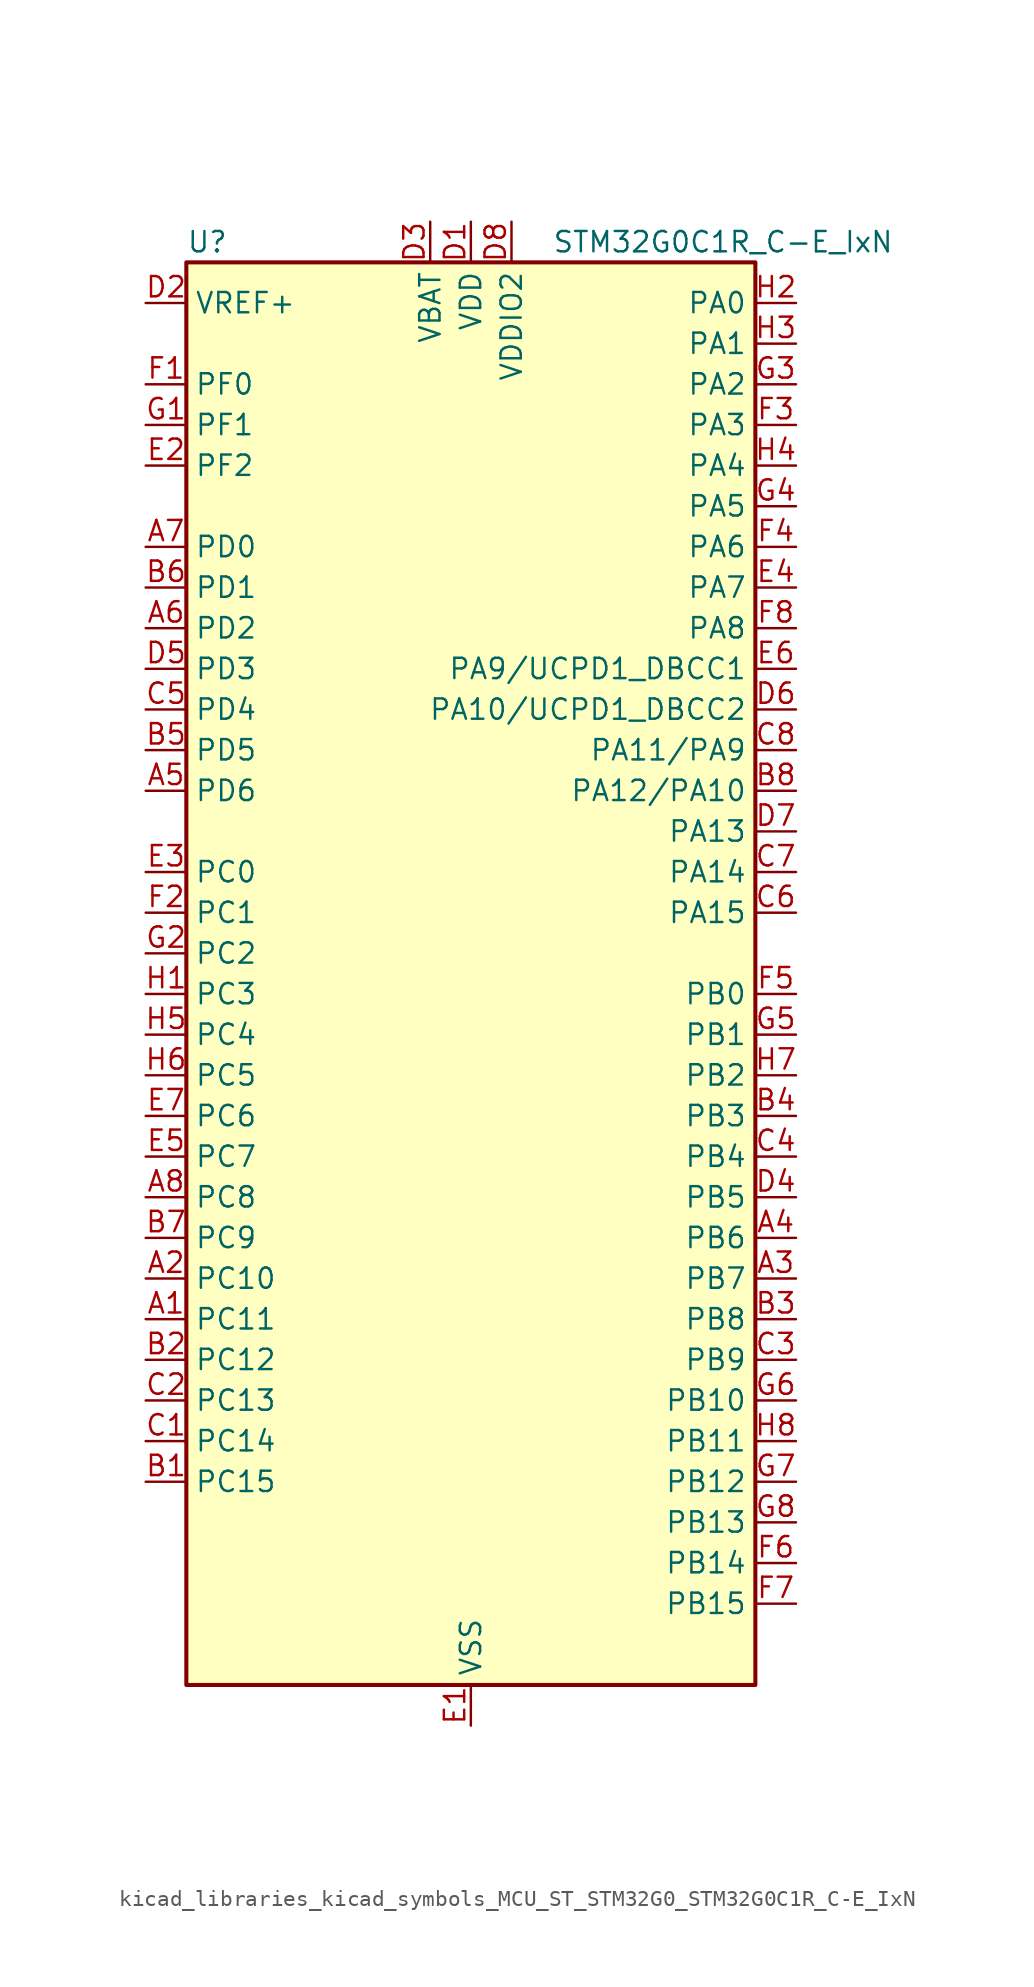
<source format=kicad_sym>
(kicad_symbol_lib
  (version 20220914)
  (generator kicad_symbol_editor)
  (symbol "kicad_libraries_kicad_symbols_MCU_ST_STM32G0_STM32G0C1R_C-E_IxN"
    (property "Reference" "U"
      (at -17.78 46.99 0)
      (effects (font (size 1.27 1.27)) (justify left)))
    (property "Value" "STM32G0C1R_C-E_IxN"
      (at 5.08 46.99 0)
      (effects (font (size 1.27 1.27)) (justify left)))
    (property "ki_locked" ""
      (at 0 0 0)
      (effects (font (size 1.27 1.27))))
    (symbol "kicad_libraries_kicad_symbols_MCU_ST_STM32G0_STM32G0C1R_C-E_IxN_0_1"
      (rectangle (start -17.78 -43.18) (end 17.78 45.72) (stroke (width 0.254) (type default)) (fill (type background))))
    (symbol "kicad_libraries_kicad_symbols_MCU_ST_STM32G0_STM32G0C1R_C-E_IxN_1_1"
      (pin bidirectional line (at -20.32 -20.32 0) (length 2.54) (name "PC11" (effects (font (size 1.27 1.27)))) (number "A1" (effects (font (size 1.27 1.27)))) (alternate "ADC1_EXTI11" bidirectional line) (alternate "SPI3_MISO" bidirectional line) (alternate "TIM1_CH4" bidirectional line) (alternate "USART3_RX" bidirectional line) (alternate "USART4_RX" bidirectional line))
      (pin bidirectional line (at -20.32 -17.78 0) (length 2.54) (name "PC10" (effects (font (size 1.27 1.27)))) (number "A2" (effects (font (size 1.27 1.27)))) (alternate "SPI3_SCK" bidirectional line) (alternate "TIM1_CH3" bidirectional line) (alternate "USART3_TX" bidirectional line) (alternate "USART4_TX" bidirectional line))
      (pin bidirectional line (at 20.32 -17.78 180) (length 2.54) (name "PB7" (effects (font (size 1.27 1.27)))) (number "A3" (effects (font (size 1.27 1.27)))) (alternate "COMP2_INM" bidirectional line) (alternate "I2C1_SDA" bidirectional line) (alternate "I2S2_SD" bidirectional line) (alternate "LPTIM1_IN2" bidirectional line) (alternate "LPUART2_RX" bidirectional line) (alternate "SPI2_MOSI" bidirectional line) (alternate "SYS_PVD_IN" bidirectional line) (alternate "TIM17_CH1N" bidirectional line) (alternate "TIM4_CH2" bidirectional line) (alternate "USART1_RX" bidirectional line) (alternate "USART4_CTS" bidirectional line) (alternate "USART4_NSS" bidirectional line))
      (pin bidirectional line (at 20.32 -15.24 180) (length 2.54) (name "PB6" (effects (font (size 1.27 1.27)))) (number "A4" (effects (font (size 1.27 1.27)))) (alternate "COMP2_INP" bidirectional line) (alternate "FDCAN2_TX" bidirectional line) (alternate "I2C1_SCL" bidirectional line) (alternate "I2S2_MCK" bidirectional line) (alternate "LPTIM1_ETR" bidirectional line) (alternate "LPUART2_TX" bidirectional line) (alternate "SPI2_MISO" bidirectional line) (alternate "TIM16_CH1N" bidirectional line) (alternate "TIM1_CH3" bidirectional line) (alternate "TIM4_CH1" bidirectional line) (alternate "USART1_TX" bidirectional line) (alternate "USART5_CTS" bidirectional line) (alternate "USART5_NSS" bidirectional line))
      (pin bidirectional line (at -20.32 12.7 0) (length 2.54) (name "PD6" (effects (font (size 1.27 1.27)))) (number "A5" (effects (font (size 1.27 1.27)))) (alternate "I2S1_SD" bidirectional line) (alternate "LPTIM2_OUT" bidirectional line) (alternate "SPI1_MOSI" bidirectional line) (alternate "USART2_RX" bidirectional line))
      (pin bidirectional line (at -20.32 22.86 0) (length 2.54) (name "PD2" (effects (font (size 1.27 1.27)))) (number "A6" (effects (font (size 1.27 1.27)))) (alternate "TIM1_CH1N" bidirectional line) (alternate "TIM3_ETR" bidirectional line) (alternate "UCPD2_CC2" bidirectional line) (alternate "USART3_CK" bidirectional line) (alternate "USART3_DE" bidirectional line) (alternate "USART3_RTS" bidirectional line) (alternate "USART5_RX" bidirectional line))
      (pin bidirectional line (at -20.32 27.94 0) (length 2.54) (name "PD0" (effects (font (size 1.27 1.27)))) (number "A7" (effects (font (size 1.27 1.27)))) (alternate "FDCAN1_RX" bidirectional line) (alternate "I2S2_WS" bidirectional line) (alternate "SPI2_NSS" bidirectional line) (alternate "TIM16_CH1" bidirectional line) (alternate "UCPD2_CC1" bidirectional line))
      (pin bidirectional line (at -20.32 -12.7 0) (length 2.54) (name "PC8" (effects (font (size 1.27 1.27)))) (number "A8" (effects (font (size 1.27 1.27)))) (alternate "LPUART2_CTS" bidirectional line) (alternate "TIM1_CH1" bidirectional line) (alternate "TIM3_CH3" bidirectional line) (alternate "UCPD2_FRSTX1" bidirectional line) (alternate "UCPD2_FRSTX2" bidirectional line))
      (pin bidirectional line (at -20.32 -30.48 0) (length 2.54) (name "PC15" (effects (font (size 1.27 1.27)))) (number "B1" (effects (font (size 1.27 1.27)))) (alternate "RCC_OSC32_EN" bidirectional line) (alternate "RCC_OSC32_OUT" bidirectional line) (alternate "RCC_OSC_EN" bidirectional line) (alternate "TIM15_BK" bidirectional line))
      (pin bidirectional line (at -20.32 -22.86 0) (length 2.54) (name "PC12" (effects (font (size 1.27 1.27)))) (number "B2" (effects (font (size 1.27 1.27)))) (alternate "LPTIM1_IN1" bidirectional line) (alternate "SPI3_MOSI" bidirectional line) (alternate "TIM14_CH1" bidirectional line) (alternate "UCPD1_FRSTX1" bidirectional line) (alternate "UCPD1_FRSTX2" bidirectional line) (alternate "USART5_TX" bidirectional line))
      (pin bidirectional line (at 20.32 -20.32 180) (length 2.54) (name "PB8" (effects (font (size 1.27 1.27)))) (number "B3" (effects (font (size 1.27 1.27)))) (alternate "CEC" bidirectional line) (alternate "FDCAN1_RX" bidirectional line) (alternate "I2C1_SCL" bidirectional line) (alternate "I2S2_CK" bidirectional line) (alternate "SPI2_SCK" bidirectional line) (alternate "TIM15_BK" bidirectional line) (alternate "TIM16_CH1" bidirectional line) (alternate "TIM4_CH3" bidirectional line) (alternate "USART3_TX" bidirectional line) (alternate "USART6_TX" bidirectional line))
      (pin bidirectional line (at 20.32 -7.62 180) (length 2.54) (name "PB3" (effects (font (size 1.27 1.27)))) (number "B4" (effects (font (size 1.27 1.27)))) (alternate "COMP2_INM" bidirectional line) (alternate "I2C2_SCL" bidirectional line) (alternate "I2C3_SCL" bidirectional line) (alternate "I2S1_CK" bidirectional line) (alternate "SPI1_SCK" bidirectional line) (alternate "SPI3_SCK" bidirectional line) (alternate "TIM1_CH2" bidirectional line) (alternate "TIM2_CH2" bidirectional line) (alternate "USART1_CK" bidirectional line) (alternate "USART1_DE" bidirectional line) (alternate "USART1_RTS" bidirectional line) (alternate "USART5_TX" bidirectional line))
      (pin bidirectional line (at -20.32 15.24 0) (length 2.54) (name "PD5" (effects (font (size 1.27 1.27)))) (number "B5" (effects (font (size 1.27 1.27)))) (alternate "I2S1_MCK" bidirectional line) (alternate "SPI1_MISO" bidirectional line) (alternate "TIM1_BK" bidirectional line) (alternate "USART2_TX" bidirectional line) (alternate "USART5_CTS" bidirectional line) (alternate "USART5_NSS" bidirectional line))
      (pin bidirectional line (at -20.32 25.4 0) (length 2.54) (name "PD1" (effects (font (size 1.27 1.27)))) (number "B6" (effects (font (size 1.27 1.27)))) (alternate "FDCAN1_TX" bidirectional line) (alternate "I2S2_CK" bidirectional line) (alternate "SPI2_SCK" bidirectional line) (alternate "TIM17_CH1" bidirectional line) (alternate "UCPD2_DBCC1" bidirectional line))
      (pin bidirectional line (at -20.32 -15.24 0) (length 2.54) (name "PC9" (effects (font (size 1.27 1.27)))) (number "B7" (effects (font (size 1.27 1.27)))) (alternate "DAC1_EXTI9" bidirectional line) (alternate "I2S_CKIN" bidirectional line) (alternate "LPUART2_DE" bidirectional line) (alternate "LPUART2_RTS" bidirectional line) (alternate "TIM1_CH2" bidirectional line) (alternate "TIM3_CH4" bidirectional line) (alternate "USB_NOE" bidirectional line))
      (pin bidirectional line (at 20.32 12.7 180) (length 2.54) (name "PA12/PA10" (effects (font (size 1.27 1.27)))) (number "B8" (effects (font (size 1.27 1.27)))) (alternate "COMP2_OUT" bidirectional line) (alternate "FDCAN1_TX" bidirectional line) (alternate "I2C2_SDA" bidirectional line) (alternate "I2S1_SD" bidirectional line) (alternate "I2S_CKIN" bidirectional line) (alternate "SPI1_MOSI" bidirectional line) (alternate "TIM1_ETR" bidirectional line) (alternate "USART1_CK" bidirectional line) (alternate "USART1_DE" bidirectional line) (alternate "USART1_RTS" bidirectional line) (alternate "USB_DP" bidirectional line))
      (pin bidirectional line (at -20.32 -27.94 0) (length 2.54) (name "PC14" (effects (font (size 1.27 1.27)))) (number "C1" (effects (font (size 1.27 1.27)))) (alternate "RCC_OSC32_IN" bidirectional line) (alternate "TIM1_BK2" bidirectional line))
      (pin bidirectional line (at -20.32 -25.4 0) (length 2.54) (name "PC13" (effects (font (size 1.27 1.27)))) (number "C2" (effects (font (size 1.27 1.27)))) (alternate "RTC_OUT1" bidirectional line) (alternate "RTC_TAMP_IN1" bidirectional line) (alternate "RTC_TS" bidirectional line) (alternate "SYS_WKUP2" bidirectional line) (alternate "TIM1_BK" bidirectional line))
      (pin bidirectional line (at 20.32 -22.86 180) (length 2.54) (name "PB9" (effects (font (size 1.27 1.27)))) (number "C3" (effects (font (size 1.27 1.27)))) (alternate "DAC1_EXTI9" bidirectional line) (alternate "FDCAN1_TX" bidirectional line) (alternate "I2C1_SDA" bidirectional line) (alternate "I2S2_WS" bidirectional line) (alternate "IR_OUT" bidirectional line) (alternate "SPI2_NSS" bidirectional line) (alternate "TIM17_CH1" bidirectional line) (alternate "TIM4_CH4" bidirectional line) (alternate "UCPD2_FRSTX1" bidirectional line) (alternate "UCPD2_FRSTX2" bidirectional line) (alternate "USART3_RX" bidirectional line) (alternate "USART6_RX" bidirectional line))
      (pin bidirectional line (at 20.32 -10.16 180) (length 2.54) (name "PB4" (effects (font (size 1.27 1.27)))) (number "C4" (effects (font (size 1.27 1.27)))) (alternate "COMP2_INP" bidirectional line) (alternate "I2C2_SDA" bidirectional line) (alternate "I2C3_SDA" bidirectional line) (alternate "I2S1_MCK" bidirectional line) (alternate "SPI1_MISO" bidirectional line) (alternate "SPI3_MISO" bidirectional line) (alternate "TIM17_BK" bidirectional line) (alternate "TIM3_CH1" bidirectional line) (alternate "USART1_CTS" bidirectional line) (alternate "USART1_NSS" bidirectional line) (alternate "USART5_RX" bidirectional line))
      (pin bidirectional line (at -20.32 17.78 0) (length 2.54) (name "PD4" (effects (font (size 1.27 1.27)))) (number "C5" (effects (font (size 1.27 1.27)))) (alternate "I2S2_SD" bidirectional line) (alternate "SPI2_MOSI" bidirectional line) (alternate "TIM1_CH3N" bidirectional line) (alternate "USART2_CK" bidirectional line) (alternate "USART2_DE" bidirectional line) (alternate "USART2_RTS" bidirectional line) (alternate "USART5_CK" bidirectional line) (alternate "USART5_DE" bidirectional line) (alternate "USART5_RTS" bidirectional line))
      (pin bidirectional line (at 20.32 5.08 180) (length 2.54) (name "PA15" (effects (font (size 1.27 1.27)))) (number "C6" (effects (font (size 1.27 1.27)))) (alternate "I2C2_SMBA" bidirectional line) (alternate "I2S1_WS" bidirectional line) (alternate "RCC_MCO_2" bidirectional line) (alternate "SPI1_NSS" bidirectional line) (alternate "SPI3_NSS" bidirectional line) (alternate "TIM2_CH1" bidirectional line) (alternate "TIM2_ETR" bidirectional line) (alternate "USART2_RX" bidirectional line) (alternate "USART3_CK" bidirectional line) (alternate "USART3_DE" bidirectional line) (alternate "USART3_RTS" bidirectional line) (alternate "USART4_CK" bidirectional line) (alternate "USART4_DE" bidirectional line) (alternate "USART4_RTS" bidirectional line) (alternate "USB_NOE" bidirectional line))
      (pin bidirectional line (at 20.32 7.62 180) (length 2.54) (name "PA14" (effects (font (size 1.27 1.27)))) (number "C7" (effects (font (size 1.27 1.27)))) (alternate "LPUART2_TX" bidirectional line) (alternate "SYS_SWCLK" bidirectional line) (alternate "USART2_TX" bidirectional line))
      (pin bidirectional line (at 20.32 15.24 180) (length 2.54) (name "PA11/PA9" (effects (font (size 1.27 1.27)))) (number "C8" (effects (font (size 1.27 1.27)))) (alternate "ADC1_EXTI11" bidirectional line) (alternate "COMP1_OUT" bidirectional line) (alternate "FDCAN1_RX" bidirectional line) (alternate "I2C2_SCL" bidirectional line) (alternate "I2S1_MCK" bidirectional line) (alternate "SPI1_MISO" bidirectional line) (alternate "TIM1_BK2" bidirectional line) (alternate "TIM1_CH4" bidirectional line) (alternate "USART1_CTS" bidirectional line) (alternate "USART1_NSS" bidirectional line) (alternate "USB_DM" bidirectional line))
      (pin power_in line (at 0 48.26 270) (length 2.54) (name "VDD" (effects (font (size 1.27 1.27)))) (number "D1" (effects (font (size 1.27 1.27)))))
      (pin input line (at -20.32 43.18 0) (length 2.54) (name "VREF+" (effects (font (size 1.27 1.27)))) (number "D2" (effects (font (size 1.27 1.27)))) (alternate "VREFBUF_OUT" bidirectional line))
      (pin power_in line (at -2.54 48.26 270) (length 2.54) (name "VBAT" (effects (font (size 1.27 1.27)))) (number "D3" (effects (font (size 1.27 1.27)))))
      (pin bidirectional line (at 20.32 -12.7 180) (length 2.54) (name "PB5" (effects (font (size 1.27 1.27)))) (number "D4" (effects (font (size 1.27 1.27)))) (alternate "COMP2_OUT" bidirectional line) (alternate "FDCAN2_RX" bidirectional line) (alternate "I2C1_SMBA" bidirectional line) (alternate "I2S1_SD" bidirectional line) (alternate "LPTIM1_IN1" bidirectional line) (alternate "SPI1_MOSI" bidirectional line) (alternate "SPI3_MOSI" bidirectional line) (alternate "SYS_WKUP6" bidirectional line) (alternate "TIM16_BK" bidirectional line) (alternate "TIM3_CH2" bidirectional line) (alternate "USART5_CK" bidirectional line) (alternate "USART5_DE" bidirectional line) (alternate "USART5_RTS" bidirectional line))
      (pin bidirectional line (at -20.32 20.32 0) (length 2.54) (name "PD3" (effects (font (size 1.27 1.27)))) (number "D5" (effects (font (size 1.27 1.27)))) (alternate "I2S2_MCK" bidirectional line) (alternate "SPI2_MISO" bidirectional line) (alternate "TIM1_CH2N" bidirectional line) (alternate "UCPD2_DBCC2" bidirectional line) (alternate "USART2_CTS" bidirectional line) (alternate "USART2_NSS" bidirectional line) (alternate "USART5_TX" bidirectional line))
      (pin bidirectional line (at 20.32 17.78 180) (length 2.54) (name "PA10/UCPD1_DBCC2" (effects (font (size 1.27 1.27)))) (number "D6" (effects (font (size 1.27 1.27)))) (alternate "I2C1_SDA" bidirectional line) (alternate "I2C2_SDA" bidirectional line) (alternate "I2S2_SD" bidirectional line) (alternate "RCC_MCO_2" bidirectional line) (alternate "SPI2_MOSI" bidirectional line) (alternate "TIM17_BK" bidirectional line) (alternate "TIM1_CH3" bidirectional line) (alternate "UCPD1_DBCC2" bidirectional line) (alternate "USART1_RX" bidirectional line))
      (pin bidirectional line (at 20.32 10.16 180) (length 2.54) (name "PA13" (effects (font (size 1.27 1.27)))) (number "D7" (effects (font (size 1.27 1.27)))) (alternate "IR_OUT" bidirectional line) (alternate "LPUART2_RX" bidirectional line) (alternate "SYS_SWDIO" bidirectional line) (alternate "USB_NOE" bidirectional line))
      (pin power_in line (at 2.54 48.26 270) (length 2.54) (name "VDDIO2" (effects (font (size 1.27 1.27)))) (number "D8" (effects (font (size 1.27 1.27)))))
      (pin power_in line (at 0 -45.72 90) (length 2.54) (name "VSS" (effects (font (size 1.27 1.27)))) (number "E1" (effects (font (size 1.27 1.27)))))
      (pin bidirectional line (at -20.32 33.02 0) (length 2.54) (name "PF2" (effects (font (size 1.27 1.27)))) (number "E2" (effects (font (size 1.27 1.27)))) (alternate "LPUART2_DE" bidirectional line) (alternate "LPUART2_RTS" bidirectional line) (alternate "LPUART2_TX" bidirectional line) (alternate "RCC_MCO" bidirectional line))
      (pin bidirectional line (at -20.32 7.62 0) (length 2.54) (name "PC0" (effects (font (size 1.27 1.27)))) (number "E3" (effects (font (size 1.27 1.27)))) (alternate "COMP3_INM" bidirectional line) (alternate "COMP3_OUT" bidirectional line) (alternate "I2C3_SCL" bidirectional line) (alternate "LPTIM1_IN1" bidirectional line) (alternate "LPTIM2_IN1" bidirectional line) (alternate "LPUART1_RX" bidirectional line) (alternate "LPUART2_TX" bidirectional line) (alternate "USART6_TX" bidirectional line))
      (pin bidirectional line (at 20.32 25.4 180) (length 2.54) (name "PA7" (effects (font (size 1.27 1.27)))) (number "E4" (effects (font (size 1.27 1.27)))) (alternate "ADC1_IN7" bidirectional line) (alternate "COMP2_OUT" bidirectional line) (alternate "I2C2_SCL" bidirectional line) (alternate "I2C3_SCL" bidirectional line) (alternate "I2S1_SD" bidirectional line) (alternate "SPI1_MOSI" bidirectional line) (alternate "TIM14_CH1" bidirectional line) (alternate "TIM17_CH1" bidirectional line) (alternate "TIM1_CH1N" bidirectional line) (alternate "TIM3_CH2" bidirectional line) (alternate "UCPD1_FRSTX1" bidirectional line) (alternate "UCPD1_FRSTX2" bidirectional line) (alternate "USART6_CK" bidirectional line) (alternate "USART6_DE" bidirectional line) (alternate "USART6_RTS" bidirectional line))
      (pin bidirectional line (at -20.32 -10.16 0) (length 2.54) (name "PC7" (effects (font (size 1.27 1.27)))) (number "E5" (effects (font (size 1.27 1.27)))) (alternate "LPUART2_RX" bidirectional line) (alternate "TIM2_CH4" bidirectional line) (alternate "TIM3_CH2" bidirectional line) (alternate "UCPD2_FRSTX1" bidirectional line) (alternate "UCPD2_FRSTX2" bidirectional line))
      (pin bidirectional line (at 20.32 20.32 180) (length 2.54) (name "PA9/UCPD1_DBCC1" (effects (font (size 1.27 1.27)))) (number "E6" (effects (font (size 1.27 1.27)))) (alternate "DAC1_EXTI9" bidirectional line) (alternate "I2C1_SCL" bidirectional line) (alternate "I2C2_SCL" bidirectional line) (alternate "I2S2_MCK" bidirectional line) (alternate "RCC_MCO" bidirectional line) (alternate "SPI2_MISO" bidirectional line) (alternate "TIM15_BK" bidirectional line) (alternate "TIM1_CH2" bidirectional line) (alternate "UCPD1_DBCC1" bidirectional line) (alternate "USART1_TX" bidirectional line))
      (pin bidirectional line (at -20.32 -7.62 0) (length 2.54) (name "PC6" (effects (font (size 1.27 1.27)))) (number "E7" (effects (font (size 1.27 1.27)))) (alternate "LPUART2_TX" bidirectional line) (alternate "TIM2_CH3" bidirectional line) (alternate "TIM3_CH1" bidirectional line) (alternate "UCPD1_FRSTX1" bidirectional line) (alternate "UCPD1_FRSTX2" bidirectional line))
      (pin passive line (at 0 -45.72 90) (length 2.54) hide (name "VSS" (effects (font (size 1.27 1.27)))) (number "E8" (effects (font (size 1.27 1.27)))))
      (pin bidirectional line (at -20.32 38.1 0) (length 2.54) (name "PF0" (effects (font (size 1.27 1.27)))) (number "F1" (effects (font (size 1.27 1.27)))) (alternate "CRS1_SYNC" bidirectional line) (alternate "RCC_OSC_IN" bidirectional line) (alternate "TIM14_CH1" bidirectional line))
      (pin bidirectional line (at -20.32 5.08 0) (length 2.54) (name "PC1" (effects (font (size 1.27 1.27)))) (number "F2" (effects (font (size 1.27 1.27)))) (alternate "COMP3_INP" bidirectional line) (alternate "I2C3_SDA" bidirectional line) (alternate "LPTIM1_OUT" bidirectional line) (alternate "LPUART1_TX" bidirectional line) (alternate "LPUART2_RX" bidirectional line) (alternate "TIM15_CH1" bidirectional line) (alternate "USART6_RX" bidirectional line))
      (pin bidirectional line (at 20.32 35.56 180) (length 2.54) (name "PA3" (effects (font (size 1.27 1.27)))) (number "F3" (effects (font (size 1.27 1.27)))) (alternate "ADC1_IN3" bidirectional line) (alternate "COMP2_INP" bidirectional line) (alternate "I2S2_MCK" bidirectional line) (alternate "LPUART1_RX" bidirectional line) (alternate "SPI2_MISO" bidirectional line) (alternate "TIM15_CH2" bidirectional line) (alternate "TIM2_CH4" bidirectional line) (alternate "UCPD2_FRSTX1" bidirectional line) (alternate "UCPD2_FRSTX2" bidirectional line) (alternate "USART2_RX" bidirectional line))
      (pin bidirectional line (at 20.32 27.94 180) (length 2.54) (name "PA6" (effects (font (size 1.27 1.27)))) (number "F4" (effects (font (size 1.27 1.27)))) (alternate "ADC1_IN6" bidirectional line) (alternate "COMP1_OUT" bidirectional line) (alternate "I2C2_SDA" bidirectional line) (alternate "I2C3_SDA" bidirectional line) (alternate "I2S1_MCK" bidirectional line) (alternate "LPUART1_CTS" bidirectional line) (alternate "SPI1_MISO" bidirectional line) (alternate "TIM16_CH1" bidirectional line) (alternate "TIM1_BK" bidirectional line) (alternate "TIM3_CH1" bidirectional line) (alternate "USART3_CTS" bidirectional line) (alternate "USART3_NSS" bidirectional line) (alternate "USART6_CTS" bidirectional line) (alternate "USART6_NSS" bidirectional line))
      (pin bidirectional line (at 20.32 0 180) (length 2.54) (name "PB0" (effects (font (size 1.27 1.27)))) (number "F5" (effects (font (size 1.27 1.27)))) (alternate "ADC1_IN8" bidirectional line) (alternate "COMP1_OUT" bidirectional line) (alternate "COMP3_INP" bidirectional line) (alternate "FDCAN2_RX" bidirectional line) (alternate "I2S1_WS" bidirectional line) (alternate "LPTIM1_OUT" bidirectional line) (alternate "LPUART2_CTS" bidirectional line) (alternate "SPI1_NSS" bidirectional line) (alternate "TIM1_CH2N" bidirectional line) (alternate "TIM3_CH3" bidirectional line) (alternate "UCPD1_FRSTX1" bidirectional line) (alternate "UCPD1_FRSTX2" bidirectional line) (alternate "USART3_RX" bidirectional line) (alternate "USART5_TX" bidirectional line))
      (pin bidirectional line (at 20.32 -35.56 180) (length 2.54) (name "PB14" (effects (font (size 1.27 1.27)))) (number "F6" (effects (font (size 1.27 1.27)))) (alternate "I2C2_SDA" bidirectional line) (alternate "I2S2_MCK" bidirectional line) (alternate "SPI2_MISO" bidirectional line) (alternate "TIM15_CH1" bidirectional line) (alternate "TIM1_CH2N" bidirectional line) (alternate "UCPD1_FRSTX1" bidirectional line) (alternate "UCPD1_FRSTX2" bidirectional line) (alternate "USART3_CK" bidirectional line) (alternate "USART3_DE" bidirectional line) (alternate "USART3_RTS" bidirectional line) (alternate "USART6_CK" bidirectional line) (alternate "USART6_DE" bidirectional line) (alternate "USART6_RTS" bidirectional line))
      (pin bidirectional line (at 20.32 -38.1 180) (length 2.54) (name "PB15" (effects (font (size 1.27 1.27)))) (number "F7" (effects (font (size 1.27 1.27)))) (alternate "I2S2_SD" bidirectional line) (alternate "RTC_REFIN" bidirectional line) (alternate "SPI2_MOSI" bidirectional line) (alternate "TIM15_CH1N" bidirectional line) (alternate "TIM15_CH2" bidirectional line) (alternate "TIM1_CH3N" bidirectional line) (alternate "UCPD1_CC2" bidirectional line) (alternate "USART6_CTS" bidirectional line) (alternate "USART6_NSS" bidirectional line))
      (pin bidirectional line (at 20.32 22.86 180) (length 2.54) (name "PA8" (effects (font (size 1.27 1.27)))) (number "F8" (effects (font (size 1.27 1.27)))) (alternate "CRS1_SYNC" bidirectional line) (alternate "I2C2_SMBA" bidirectional line) (alternate "I2S2_WS" bidirectional line) (alternate "LPTIM2_OUT" bidirectional line) (alternate "RCC_MCO" bidirectional line) (alternate "SPI2_NSS" bidirectional line) (alternate "TIM1_CH1" bidirectional line) (alternate "UCPD1_CC1" bidirectional line))
      (pin bidirectional line (at -20.32 35.56 0) (length 2.54) (name "PF1" (effects (font (size 1.27 1.27)))) (number "G1" (effects (font (size 1.27 1.27)))) (alternate "RCC_OSC_EN" bidirectional line) (alternate "RCC_OSC_OUT" bidirectional line) (alternate "TIM15_CH1N" bidirectional line))
      (pin bidirectional line (at -20.32 2.54 0) (length 2.54) (name "PC2" (effects (font (size 1.27 1.27)))) (number "G2" (effects (font (size 1.27 1.27)))) (alternate "COMP3_OUT" bidirectional line) (alternate "FDCAN2_RX" bidirectional line) (alternate "I2S2_MCK" bidirectional line) (alternate "LPTIM1_IN2" bidirectional line) (alternate "SPI2_MISO" bidirectional line) (alternate "TIM15_CH2" bidirectional line))
      (pin bidirectional line (at 20.32 38.1 180) (length 2.54) (name "PA2" (effects (font (size 1.27 1.27)))) (number "G3" (effects (font (size 1.27 1.27)))) (alternate "ADC1_IN2" bidirectional line) (alternate "COMP2_INM" bidirectional line) (alternate "COMP2_OUT" bidirectional line) (alternate "I2S1_SD" bidirectional line) (alternate "LPUART1_TX" bidirectional line) (alternate "RCC_LSCO" bidirectional line) (alternate "SPI1_MOSI" bidirectional line) (alternate "SYS_WKUP4" bidirectional line) (alternate "TIM15_CH1" bidirectional line) (alternate "TIM2_CH3" bidirectional line) (alternate "UCPD1_FRSTX1" bidirectional line) (alternate "UCPD1_FRSTX2" bidirectional line) (alternate "USART2_TX" bidirectional line))
      (pin bidirectional line (at 20.32 30.48 180) (length 2.54) (name "PA5" (effects (font (size 1.27 1.27)))) (number "G4" (effects (font (size 1.27 1.27)))) (alternate "ADC1_IN5" bidirectional line) (alternate "CEC" bidirectional line) (alternate "DAC1_OUT2" bidirectional line) (alternate "I2S1_CK" bidirectional line) (alternate "LPTIM2_ETR" bidirectional line) (alternate "SPI1_SCK" bidirectional line) (alternate "TIM2_CH1" bidirectional line) (alternate "TIM2_ETR" bidirectional line) (alternate "UCPD1_FRSTX1" bidirectional line) (alternate "UCPD1_FRSTX2" bidirectional line) (alternate "USART3_TX" bidirectional line) (alternate "USART6_RX" bidirectional line))
      (pin bidirectional line (at 20.32 -2.54 180) (length 2.54) (name "PB1" (effects (font (size 1.27 1.27)))) (number "G5" (effects (font (size 1.27 1.27)))) (alternate "ADC1_IN9" bidirectional line) (alternate "COMP1_INM" bidirectional line) (alternate "COMP3_OUT" bidirectional line) (alternate "FDCAN2_TX" bidirectional line) (alternate "LPTIM2_IN1" bidirectional line) (alternate "LPUART1_DE" bidirectional line) (alternate "LPUART1_RTS" bidirectional line) (alternate "LPUART2_DE" bidirectional line) (alternate "LPUART2_RTS" bidirectional line) (alternate "TIM14_CH1" bidirectional line) (alternate "TIM1_CH3N" bidirectional line) (alternate "TIM3_CH4" bidirectional line) (alternate "USART3_CK" bidirectional line) (alternate "USART3_DE" bidirectional line) (alternate "USART3_RTS" bidirectional line) (alternate "USART5_RX" bidirectional line))
      (pin bidirectional line (at 20.32 -25.4 180) (length 2.54) (name "PB10" (effects (font (size 1.27 1.27)))) (number "G6" (effects (font (size 1.27 1.27)))) (alternate "ADC1_IN11" bidirectional line) (alternate "CEC" bidirectional line) (alternate "COMP1_OUT" bidirectional line) (alternate "I2C2_SCL" bidirectional line) (alternate "I2S2_CK" bidirectional line) (alternate "LPUART1_RX" bidirectional line) (alternate "SPI2_SCK" bidirectional line) (alternate "TIM2_CH3" bidirectional line) (alternate "USART3_TX" bidirectional line))
      (pin bidirectional line (at 20.32 -30.48 180) (length 2.54) (name "PB12" (effects (font (size 1.27 1.27)))) (number "G7" (effects (font (size 1.27 1.27)))) (alternate "ADC1_IN16" bidirectional line) (alternate "FDCAN2_RX" bidirectional line) (alternate "I2C2_SMBA" bidirectional line) (alternate "I2S2_WS" bidirectional line) (alternate "LPUART1_DE" bidirectional line) (alternate "LPUART1_RTS" bidirectional line) (alternate "SPI2_NSS" bidirectional line) (alternate "TIM15_BK" bidirectional line) (alternate "TIM1_BK" bidirectional line) (alternate "UCPD2_FRSTX1" bidirectional line) (alternate "UCPD2_FRSTX2" bidirectional line))
      (pin bidirectional line (at 20.32 -33.02 180) (length 2.54) (name "PB13" (effects (font (size 1.27 1.27)))) (number "G8" (effects (font (size 1.27 1.27)))) (alternate "FDCAN2_TX" bidirectional line) (alternate "I2C2_SCL" bidirectional line) (alternate "I2S2_CK" bidirectional line) (alternate "LPUART1_CTS" bidirectional line) (alternate "SPI2_SCK" bidirectional line) (alternate "TIM15_CH1N" bidirectional line) (alternate "TIM1_CH1N" bidirectional line) (alternate "USART3_CTS" bidirectional line) (alternate "USART3_NSS" bidirectional line))
      (pin bidirectional line (at -20.32 0 0) (length 2.54) (name "PC3" (effects (font (size 1.27 1.27)))) (number "H1" (effects (font (size 1.27 1.27)))) (alternate "FDCAN2_TX" bidirectional line) (alternate "I2S2_SD" bidirectional line) (alternate "LPTIM1_ETR" bidirectional line) (alternate "LPTIM2_ETR" bidirectional line) (alternate "SPI2_MOSI" bidirectional line))
      (pin bidirectional line (at 20.32 43.18 180) (length 2.54) (name "PA0" (effects (font (size 1.27 1.27)))) (number "H2" (effects (font (size 1.27 1.27)))) (alternate "ADC1_IN0" bidirectional line) (alternate "COMP1_INM" bidirectional line) (alternate "COMP1_OUT" bidirectional line) (alternate "I2S2_CK" bidirectional line) (alternate "LPTIM1_OUT" bidirectional line) (alternate "RTC_TAMP_IN2" bidirectional line) (alternate "SPI2_SCK" bidirectional line) (alternate "SYS_WKUP1" bidirectional line) (alternate "TIM2_CH1" bidirectional line) (alternate "TIM2_ETR" bidirectional line) (alternate "UCPD2_FRSTX1" bidirectional line) (alternate "UCPD2_FRSTX2" bidirectional line) (alternate "USART2_CTS" bidirectional line) (alternate "USART2_NSS" bidirectional line) (alternate "USART4_TX" bidirectional line))
      (pin bidirectional line (at 20.32 40.64 180) (length 2.54) (name "PA1" (effects (font (size 1.27 1.27)))) (number "H3" (effects (font (size 1.27 1.27)))) (alternate "ADC1_IN1" bidirectional line) (alternate "COMP1_INP" bidirectional line) (alternate "I2C1_SMBA" bidirectional line) (alternate "I2S1_CK" bidirectional line) (alternate "SPI1_SCK" bidirectional line) (alternate "TIM15_CH1N" bidirectional line) (alternate "TIM2_CH2" bidirectional line) (alternate "USART2_CK" bidirectional line) (alternate "USART2_DE" bidirectional line) (alternate "USART2_RTS" bidirectional line) (alternate "USART4_RX" bidirectional line))
      (pin bidirectional line (at 20.32 33.02 180) (length 2.54) (name "PA4" (effects (font (size 1.27 1.27)))) (number "H4" (effects (font (size 1.27 1.27)))) (alternate "ADC1_IN4" bidirectional line) (alternate "DAC1_OUT1" bidirectional line) (alternate "I2S1_WS" bidirectional line) (alternate "I2S2_SD" bidirectional line) (alternate "LPTIM2_OUT" bidirectional line) (alternate "RTC_OUT2" bidirectional line) (alternate "SPI1_NSS" bidirectional line) (alternate "SPI2_MOSI" bidirectional line) (alternate "SPI3_NSS" bidirectional line) (alternate "TIM14_CH1" bidirectional line) (alternate "UCPD2_FRSTX1" bidirectional line) (alternate "UCPD2_FRSTX2" bidirectional line) (alternate "USART6_TX" bidirectional line) (alternate "USB_NOE" bidirectional line))
      (pin bidirectional line (at -20.32 -2.54 0) (length 2.54) (name "PC4" (effects (font (size 1.27 1.27)))) (number "H5" (effects (font (size 1.27 1.27)))) (alternate "ADC1_IN17" bidirectional line) (alternate "COMP1_INM" bidirectional line) (alternate "FDCAN1_RX" bidirectional line) (alternate "TIM2_CH1" bidirectional line) (alternate "TIM2_ETR" bidirectional line) (alternate "USART1_TX" bidirectional line) (alternate "USART3_TX" bidirectional line))
      (pin bidirectional line (at -20.32 -5.08 0) (length 2.54) (name "PC5" (effects (font (size 1.27 1.27)))) (number "H6" (effects (font (size 1.27 1.27)))) (alternate "ADC1_IN18" bidirectional line) (alternate "COMP1_INP" bidirectional line) (alternate "FDCAN1_TX" bidirectional line) (alternate "SYS_WKUP5" bidirectional line) (alternate "TIM2_CH2" bidirectional line) (alternate "USART1_RX" bidirectional line) (alternate "USART3_RX" bidirectional line))
      (pin bidirectional line (at 20.32 -5.08 180) (length 2.54) (name "PB2" (effects (font (size 1.27 1.27)))) (number "H7" (effects (font (size 1.27 1.27)))) (alternate "ADC1_IN10" bidirectional line) (alternate "COMP1_INP" bidirectional line) (alternate "COMP3_INM" bidirectional line) (alternate "I2S2_MCK" bidirectional line) (alternate "LPTIM1_OUT" bidirectional line) (alternate "RCC_MCO_2" bidirectional line) (alternate "SPI2_MISO" bidirectional line) (alternate "USART3_TX" bidirectional line))
      (pin bidirectional line (at 20.32 -27.94 180) (length 2.54) (name "PB11" (effects (font (size 1.27 1.27)))) (number "H8" (effects (font (size 1.27 1.27)))) (alternate "ADC1_EXTI11" bidirectional line) (alternate "ADC1_IN15" bidirectional line) (alternate "COMP2_OUT" bidirectional line) (alternate "I2C2_SDA" bidirectional line) (alternate "I2S2_SD" bidirectional line) (alternate "LPUART1_TX" bidirectional line) (alternate "SPI2_MOSI" bidirectional line) (alternate "TIM2_CH4" bidirectional line) (alternate "USART3_RX" bidirectional line)))))
</source>
